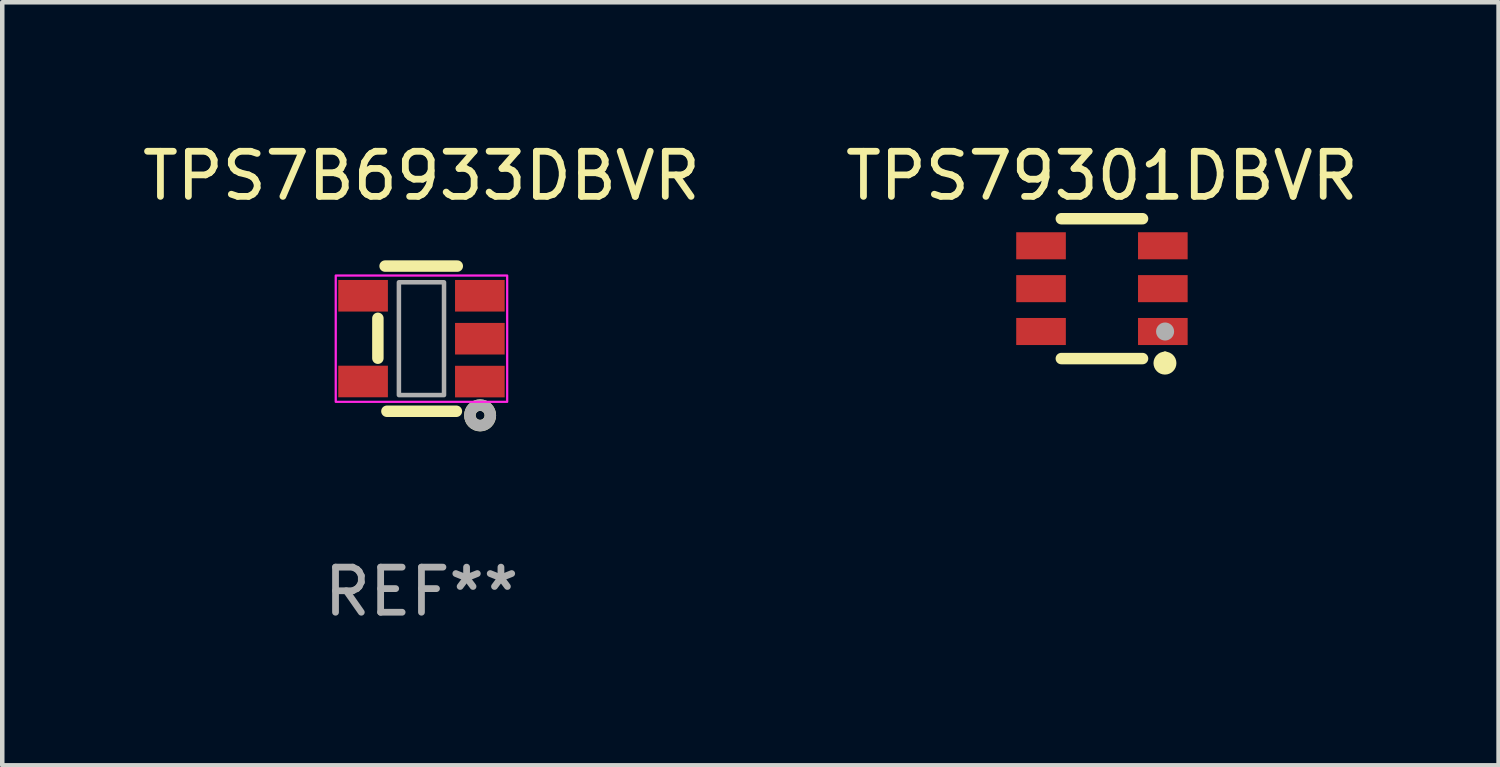
<source format=kicad_pcb>
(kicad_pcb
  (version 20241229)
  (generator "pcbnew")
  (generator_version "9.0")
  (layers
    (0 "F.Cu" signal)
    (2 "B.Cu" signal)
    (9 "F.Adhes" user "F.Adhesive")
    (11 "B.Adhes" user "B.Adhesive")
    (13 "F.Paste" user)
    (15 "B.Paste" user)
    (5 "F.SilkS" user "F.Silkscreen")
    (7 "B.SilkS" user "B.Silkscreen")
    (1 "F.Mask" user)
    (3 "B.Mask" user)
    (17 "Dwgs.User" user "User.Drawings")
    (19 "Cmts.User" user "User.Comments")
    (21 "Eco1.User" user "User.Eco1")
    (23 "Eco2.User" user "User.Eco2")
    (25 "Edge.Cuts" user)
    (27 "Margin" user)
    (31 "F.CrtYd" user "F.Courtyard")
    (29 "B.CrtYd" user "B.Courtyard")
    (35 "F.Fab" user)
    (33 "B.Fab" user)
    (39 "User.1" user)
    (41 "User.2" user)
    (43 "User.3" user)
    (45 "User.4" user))
  (footprint "TPS79301DBVR"
    (layer "F.Cu")
    (at 21.375 3.348)
    (property "Reference" "TPS79301DBVR" (at 0 -2.5 0) (layer "F.SilkS") (effects (font (size 1 1) (thickness 0.15))))
    (attr smd)
    (fp_line (start -0.9 -1.55) (end 0.9 -1.55) (stroke (width 0.254) (type solid)) (layer "F.SilkS"))
    (fp_line (start -0.9 1.55) (end 0.9 1.55) (stroke (width 0.254) (type solid)) (layer "F.SilkS"))
    (fp_circle (center 1.397 1.651) (end 1.524 1.651) (stroke (width 0.254) (type solid)) (fill no) (layer "F.SilkS"))
    (fp_circle (center 1.4 1.45) (end 1.43 1.45) (stroke (width 0.06) (type solid)) (fill no) (layer "F.SilkS"))
    (fp_circle (center 1.4 0.95) (end 1.5 0.95) (stroke (width 0.2) (type solid)) (fill no) (layer "F.Fab"))
    (pad "1" smd rect (at 1.35 0.95) (size 1.1 0.6) (layers "F.Cu" "F.Mask" "F.Paste"))
    (pad "2" smd rect (at 1.35 0) (size 1.1 0.6) (layers "F.Cu" "F.Mask" "F.Paste"))
    (pad "3" smd rect (at 1.35 -0.95) (size 1.1 0.6) (layers "F.Cu" "F.Mask" "F.Paste"))
    (pad "4" smd rect (at -1.35 -0.95) (size 1.1 0.6) (layers "F.Cu" "F.Mask" "F.Paste"))
    (pad "5" smd rect (at -1.35 0) (size 1.1 0.6) (layers "F.Cu" "F.Mask" "F.Paste"))
    (pad "6" smd rect (at -1.35 0.95) (size 1.1 0.6) (layers "F.Cu" "F.Mask" "F.Paste")))
  (footprint "TPS7B6933DBVR"
    (layer "F.Cu")
    (at 6.292 4.457)
    (property "Reference" "TPS7B6933DBVR" (at 0 -3.609 0) (layer "F.SilkS") (effects (font (size 1 1) (thickness 0.15))))
    (attr smd)
    (fp_line (start -0.966 0.433) (end -0.966 -0.451) (stroke (width 0.254) (type solid)) (layer "F.SilkS"))
    (fp_line (start -0.806 -1.609) (end 0.794 -1.609) (stroke (width 0.254) (type solid)) (layer "F.SilkS"))
    (fp_line (start -0.766 1.609) (end 0.774 1.609) (stroke (width 0.254) (type solid)) (layer "F.SilkS"))
    (fp_circle (center 1.3 1.7) (end 1.4 1.7) (stroke (width 0.254) (type solid)) (fill no) (layer "F.SilkS"))
    (fp_rect (start -1.9 -1.4) (end 1.9 1.4) (stroke (width 0.05) (type default)) (fill no) (layer "F.CrtYd"))
    (fp_rect (start -0.5 -1.25) (end 0.5 1.25) (stroke (width 0.1) (type default)) (fill no) (layer "F.Fab"))
    (fp_circle (center 1.3 1.7) (end 1.4 1.7) (stroke (width 0.254) (type solid)) (fill no) (layer "F.Fab"))
    (fp_text user "REF**" (at 0 5.609 0) (layer "F.Fab") (effects (font (size 1 1) (thickness 0.15))))
    (pad "1" smd rect (at 1.294 0.951) (size 1.1 0.7) (layers "F.Cu" "F.Mask" "F.Paste"))
    (pad "2" smd rect (at 1.294 0.001) (size 1.1 0.7) (layers "F.Cu" "F.Mask" "F.Paste"))
    (pad "3" smd rect (at 1.294 -0.951) (size 1.1 0.7) (layers "F.Cu" "F.Mask" "F.Paste"))
    (pad "4" smd rect (at -1.294 -0.951 180) (size 1.1 0.7) (layers "F.Cu" "F.Mask" "F.Paste"))
    (pad "5" smd rect (at -1.294 0.949 180) (size 1.1 0.7) (layers "F.Cu" "F.Mask" "F.Paste")))
  (gr_rect
    (start -3 -3)
    (end 30.167 13.914)
    (stroke (width 0.1) (type default))
    (fill no)
    (layer "Edge.Cuts")))
</source>
